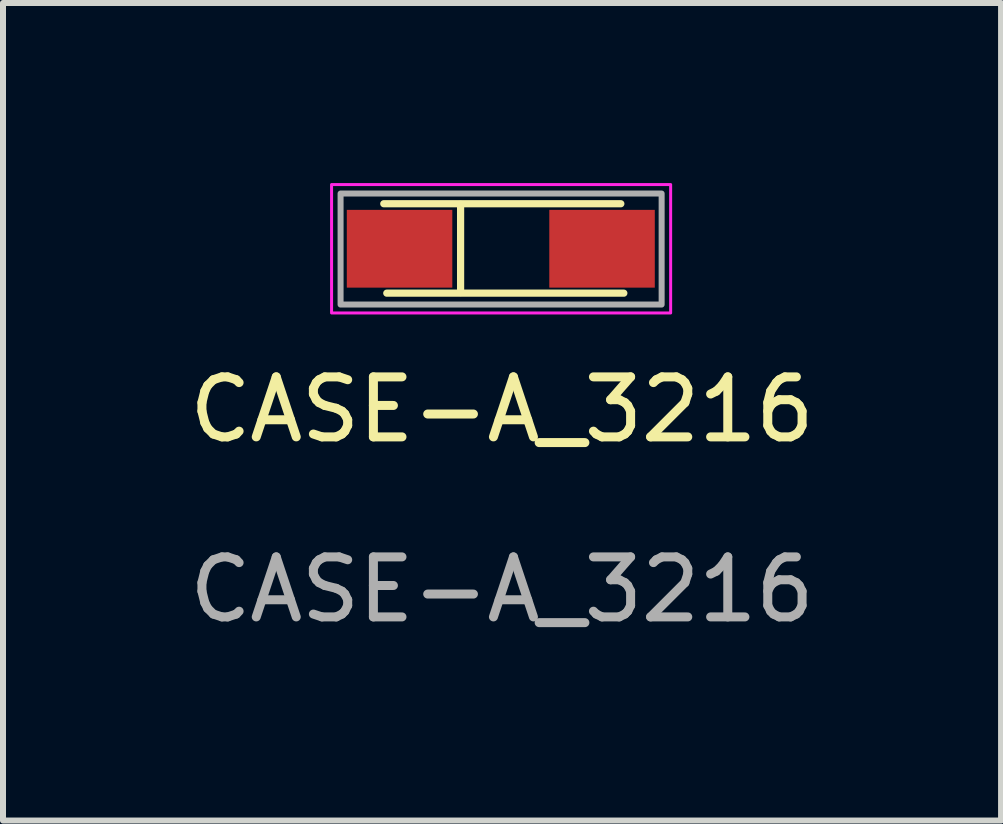
<source format=kicad_pcb>
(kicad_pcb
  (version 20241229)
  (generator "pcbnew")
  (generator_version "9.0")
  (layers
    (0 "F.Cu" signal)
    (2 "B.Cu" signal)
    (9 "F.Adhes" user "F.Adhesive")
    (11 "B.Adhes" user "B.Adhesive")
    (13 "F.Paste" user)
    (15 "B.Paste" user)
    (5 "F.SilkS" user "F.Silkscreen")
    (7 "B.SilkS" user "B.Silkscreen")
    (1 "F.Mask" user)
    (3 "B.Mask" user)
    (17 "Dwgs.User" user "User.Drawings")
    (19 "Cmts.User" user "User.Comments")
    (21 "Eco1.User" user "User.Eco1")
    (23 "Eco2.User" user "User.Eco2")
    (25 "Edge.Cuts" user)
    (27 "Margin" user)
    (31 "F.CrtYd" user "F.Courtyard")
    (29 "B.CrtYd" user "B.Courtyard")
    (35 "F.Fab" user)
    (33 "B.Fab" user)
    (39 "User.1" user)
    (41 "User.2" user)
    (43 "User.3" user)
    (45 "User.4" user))
  (footprint "CASE-A_3216"
    (layer "F.Cu")
    (at 5.295 1.095)
    (property "Reference" "CASE-A_3216" (at 0.02 2.68 0) (unlocked yes) (layer "F.SilkS") (effects (font (size 1 1) (thickness 0.15))))
    (attr smd)
    (fp_line (start -1.95 -0.75) (end 2 -0.75) (stroke (width 0.12) (type solid)) (layer "F.SilkS"))
    (fp_line (start -1.9 0.74) (end 2.05 0.74) (stroke (width 0.12) (type solid)) (layer "F.SilkS"))
    (fp_line (start -0.67 -0.74) (end -0.67 0.73) (stroke (width 0.12) (type solid)) (layer "F.SilkS"))
    (fp_rect (start 2.83 -1.07) (end -2.82 1.07) (stroke (width 0.05) (type solid)) (fill no) (layer "F.CrtYd"))
    (fp_rect (start -2.67 -0.92) (end 2.68 0.93) (stroke (width 0.1) (type solid)) (fill no) (layer "F.Fab"))
    (fp_text user "${REFERENCE}" (at 0.02 5.68 0) (unlocked yes) (layer "F.Fab") (effects (font (size 1 1) (thickness 0.15))))
    (pad "1" smd rect (at -1.687 0) (size 1.758 1.296) (layers "F.Cu" "F.Mask" "F.Paste"))
    (pad "2" smd rect (at 1.687 0) (size 1.758 1.296) (layers "F.Cu" "F.Mask" "F.Paste")))
  (gr_rect
    (start -3 -3)
    (end 13.631 10.623)
    (stroke (width 0.1) (type default))
    (fill no)
    (layer "Edge.Cuts")))
</source>
